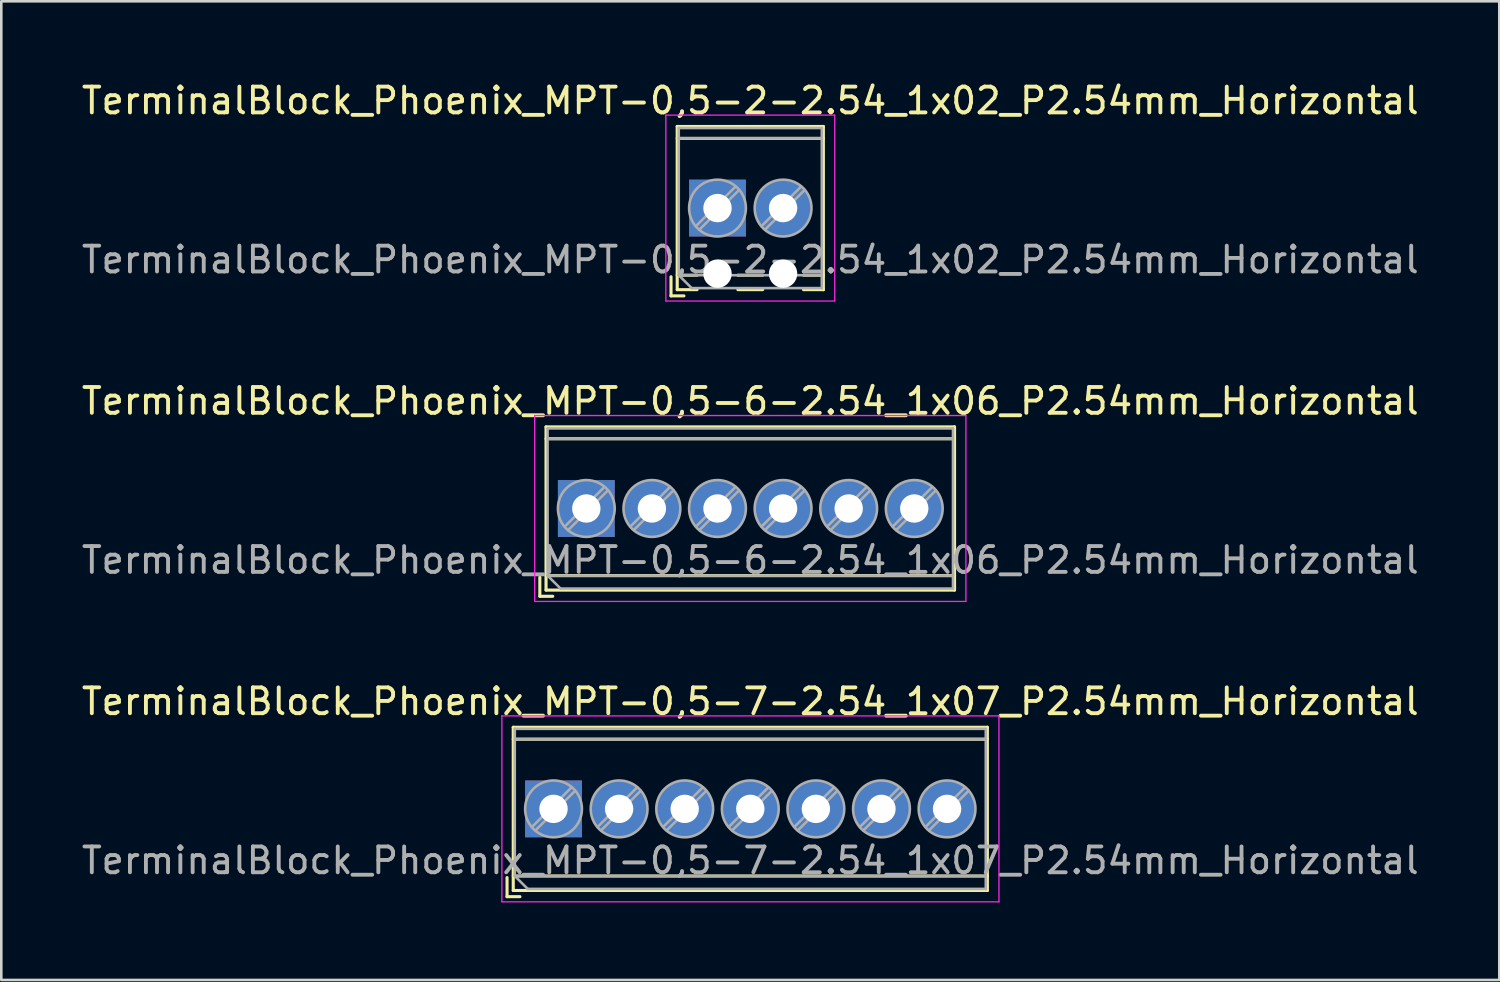
<source format=kicad_pcb>
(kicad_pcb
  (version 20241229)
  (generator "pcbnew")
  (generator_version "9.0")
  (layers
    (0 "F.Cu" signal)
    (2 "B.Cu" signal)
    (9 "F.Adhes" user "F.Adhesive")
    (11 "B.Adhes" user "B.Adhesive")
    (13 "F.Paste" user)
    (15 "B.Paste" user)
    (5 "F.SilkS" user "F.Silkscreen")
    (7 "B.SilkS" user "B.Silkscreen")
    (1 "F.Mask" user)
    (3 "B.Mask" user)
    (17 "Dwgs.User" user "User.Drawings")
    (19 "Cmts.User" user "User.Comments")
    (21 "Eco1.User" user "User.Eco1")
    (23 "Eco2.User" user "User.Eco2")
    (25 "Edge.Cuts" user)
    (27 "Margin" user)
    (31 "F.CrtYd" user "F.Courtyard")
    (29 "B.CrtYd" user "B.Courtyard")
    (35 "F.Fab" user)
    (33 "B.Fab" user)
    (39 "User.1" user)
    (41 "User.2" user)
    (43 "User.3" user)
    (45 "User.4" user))
  (footprint "TerminalBlock_Phoenix_MPT-0,5-7-2.54_1x07_P2.54mm_Horizontal"
    (layer "F.Cu")
    (at 18.386 28.275)
    (property "Reference" "TerminalBlock_Phoenix_MPT-0,5-7-2.54_1x07_P2.54mm_Horizontal" (at 7.62 -4.16 0) (layer "F.SilkS") (effects (font (size 1 1) (thickness 0.15))))
    (attr through_hole)
    (fp_line (start -1.8 2.66) (end -1.8 3.4) (stroke (width 0.12) (type solid)) (layer "F.SilkS"))
    (fp_line (start -1.8 3.4) (end -1.3 3.4) (stroke (width 0.12) (type solid)) (layer "F.SilkS"))
    (fp_line (start -1.56 -3.16) (end -1.56 3.16) (stroke (width 0.12) (type solid)) (layer "F.SilkS"))
    (fp_line (start -1.56 -3.16) (end 16.801 -3.16) (stroke (width 0.12) (type solid)) (layer "F.SilkS"))
    (fp_line (start -1.56 -2.7) (end 16.801 -2.7) (stroke (width 0.12) (type solid)) (layer "F.SilkS"))
    (fp_line (start -1.56 2.6) (end 16.801 2.6) (stroke (width 0.12) (type solid)) (layer "F.SilkS"))
    (fp_line (start -1.56 3.16) (end 16.801 3.16) (stroke (width 0.12) (type solid)) (layer "F.SilkS"))
    (fp_line (start 16.801 -3.16) (end 16.801 3.16) (stroke (width 0.12) (type solid)) (layer "F.SilkS"))
    (fp_line (start -2 -3.6) (end -2 3.6) (stroke (width 0.05) (type solid)) (layer "F.CrtYd"))
    (fp_line (start -2 3.6) (end 17.25 3.6) (stroke (width 0.05) (type solid)) (layer "F.CrtYd"))
    (fp_line (start 17.25 -3.6) (end -2 -3.6) (stroke (width 0.05) (type solid)) (layer "F.CrtYd"))
    (fp_line (start 17.25 3.6) (end 17.25 -3.6) (stroke (width 0.05) (type solid)) (layer "F.CrtYd"))
    (fp_line (start -1.5 -3.1) (end 16.74 -3.1) (stroke (width 0.1) (type solid)) (layer "F.Fab"))
    (fp_line (start -1.5 -2.7) (end 16.74 -2.7) (stroke (width 0.1) (type solid)) (layer "F.Fab"))
    (fp_line (start -1.5 2.6) (end -1.5 -3.1) (stroke (width 0.1) (type solid)) (layer "F.Fab"))
    (fp_line (start -1.5 2.6) (end 16.74 2.6) (stroke (width 0.1) (type solid)) (layer "F.Fab"))
    (fp_line (start -1 3.1) (end -1.5 2.6) (stroke (width 0.1) (type solid)) (layer "F.Fab"))
    (fp_line (start 0.701 -0.835) (end -0.835 0.7) (stroke (width 0.1) (type solid)) (layer "F.Fab"))
    (fp_line (start 0.835 -0.7) (end -0.701 0.835) (stroke (width 0.1) (type solid)) (layer "F.Fab"))
    (fp_line (start 3.241 -0.835) (end 1.706 0.7) (stroke (width 0.1) (type solid)) (layer "F.Fab"))
    (fp_line (start 3.375 -0.7) (end 1.84 0.835) (stroke (width 0.1) (type solid)) (layer "F.Fab"))
    (fp_line (start 5.781 -0.835) (end 4.246 0.7) (stroke (width 0.1) (type solid)) (layer "F.Fab"))
    (fp_line (start 5.915 -0.7) (end 4.38 0.835) (stroke (width 0.1) (type solid)) (layer "F.Fab"))
    (fp_line (start 8.321 -0.835) (end 6.786 0.7) (stroke (width 0.1) (type solid)) (layer "F.Fab"))
    (fp_line (start 8.455 -0.7) (end 6.92 0.835) (stroke (width 0.1) (type solid)) (layer "F.Fab"))
    (fp_line (start 10.861 -0.835) (end 9.326 0.7) (stroke (width 0.1) (type solid)) (layer "F.Fab"))
    (fp_line (start 10.995 -0.7) (end 9.46 0.835) (stroke (width 0.1) (type solid)) (layer "F.Fab"))
    (fp_line (start 13.401 -0.835) (end 11.866 0.7) (stroke (width 0.1) (type solid)) (layer "F.Fab"))
    (fp_line (start 13.535 -0.7) (end 12 0.835) (stroke (width 0.1) (type solid)) (layer "F.Fab"))
    (fp_line (start 15.941 -0.835) (end 14.406 0.7) (stroke (width 0.1) (type solid)) (layer "F.Fab"))
    (fp_line (start 16.075 -0.7) (end 14.54 0.835) (stroke (width 0.1) (type solid)) (layer "F.Fab"))
    (fp_line (start 16.74 -3.1) (end 16.74 3.1) (stroke (width 0.1) (type solid)) (layer "F.Fab"))
    (fp_line (start 16.74 3.1) (end -1 3.1) (stroke (width 0.1) (type solid)) (layer "F.Fab"))
    (fp_circle (center 0 0) (end 1.1 0) (stroke (width 0.1) (type solid)) (fill no) (layer "F.Fab"))
    (fp_circle (center 2.54 0) (end 3.64 0) (stroke (width 0.1) (type solid)) (fill no) (layer "F.Fab"))
    (fp_circle (center 5.08 0) (end 6.18 0) (stroke (width 0.1) (type solid)) (fill no) (layer "F.Fab"))
    (fp_circle (center 7.62 0) (end 8.72 0) (stroke (width 0.1) (type solid)) (fill no) (layer "F.Fab"))
    (fp_circle (center 10.16 0) (end 11.26 0) (stroke (width 0.1) (type solid)) (fill no) (layer "F.Fab"))
    (fp_circle (center 12.7 0) (end 13.8 0) (stroke (width 0.1) (type solid)) (fill no) (layer "F.Fab"))
    (fp_circle (center 15.24 0) (end 16.34 0) (stroke (width 0.1) (type solid)) (fill no) (layer "F.Fab"))
    (fp_text user "${REFERENCE}" (at 7.62 2 0) (layer "F.Fab") (effects (font (size 1 1) (thickness 0.15))))
    (pad "1" thru_hole rect (at 0 0) (size 2.2 2.2) (drill 1.1) (layers "*.Cu" "*.Mask"))
    (pad "2" thru_hole circle (at 2.54 0) (size 2.2 2.2) (drill 1.1) (layers "*.Cu" "*.Mask"))
    (pad "3" thru_hole circle (at 5.08 0) (size 2.2 2.2) (drill 1.1) (layers "*.Cu" "*.Mask"))
    (pad "4" thru_hole circle (at 7.62 0) (size 2.2 2.2) (drill 1.1) (layers "*.Cu" "*.Mask"))
    (pad "5" thru_hole circle (at 10.16 0) (size 2.2 2.2) (drill 1.1) (layers "*.Cu" "*.Mask"))
    (pad "6" thru_hole circle (at 12.7 0) (size 2.2 2.2) (drill 1.1) (layers "*.Cu" "*.Mask"))
    (pad "7" thru_hole circle (at 15.24 0) (size 2.2 2.2) (drill 1.1) (layers "*.Cu" "*.Mask")))
  (footprint "TerminalBlock_Phoenix_MPT-0,5-2-2.54_1x02_P2.54mm_Horizontal"
    (layer "F.Cu")
    (at 24.736 5.008)
    (property "Reference" "TerminalBlock_Phoenix_MPT-0,5-2-2.54_1x02_P2.54mm_Horizontal" (at 1.27 -4.16 0) (layer "F.SilkS") (effects (font (size 1 1) (thickness 0.15))))
    (attr through_hole)
    (fp_line (start -1.8 2.66) (end -1.8 3.4) (stroke (width 0.12) (type solid)) (layer "F.SilkS"))
    (fp_line (start -1.8 3.4) (end -1.3 3.4) (stroke (width 0.12) (type solid)) (layer "F.SilkS"))
    (fp_line (start -1.56 -3.16) (end -1.56 3.16) (stroke (width 0.12) (type solid)) (layer "F.SilkS"))
    (fp_line (start -1.56 -3.16) (end 4.1 -3.16) (stroke (width 0.12) (type solid)) (layer "F.SilkS"))
    (fp_line (start -1.56 -2.7) (end 4.1 -2.7) (stroke (width 0.12) (type solid)) (layer "F.SilkS"))
    (fp_line (start -1.56 2.6) (end -0.79 2.6) (stroke (width 0.12) (type solid)) (layer "F.SilkS"))
    (fp_line (start -1.56 3.16) (end -0.79 3.16) (stroke (width 0.12) (type solid)) (layer "F.SilkS"))
    (fp_line (start 0.79 2.6) (end 1.75 2.6) (stroke (width 0.12) (type solid)) (layer "F.SilkS"))
    (fp_line (start 0.79 3.16) (end 1.75 3.16) (stroke (width 0.12) (type solid)) (layer "F.SilkS"))
    (fp_line (start 3.33 2.6) (end 4.1 2.6) (stroke (width 0.12) (type solid)) (layer "F.SilkS"))
    (fp_line (start 3.33 3.16) (end 4.1 3.16) (stroke (width 0.12) (type solid)) (layer "F.SilkS"))
    (fp_line (start 4.1 -3.16) (end 4.1 3.16) (stroke (width 0.12) (type solid)) (layer "F.SilkS"))
    (fp_line (start -2 -3.6) (end -2 3.6) (stroke (width 0.05) (type solid)) (layer "F.CrtYd"))
    (fp_line (start -2 3.6) (end 4.54 3.6) (stroke (width 0.05) (type solid)) (layer "F.CrtYd"))
    (fp_line (start 4.54 -3.6) (end -2 -3.6) (stroke (width 0.05) (type solid)) (layer "F.CrtYd"))
    (fp_line (start 4.54 3.6) (end 4.54 -3.6) (stroke (width 0.05) (type solid)) (layer "F.CrtYd"))
    (fp_line (start -1.5 -3.1) (end 4.04 -3.1) (stroke (width 0.1) (type solid)) (layer "F.Fab"))
    (fp_line (start -1.5 -2.7) (end 4.04 -2.7) (stroke (width 0.1) (type solid)) (layer "F.Fab"))
    (fp_line (start -1.5 2.6) (end -1.5 -3.1) (stroke (width 0.1) (type solid)) (layer "F.Fab"))
    (fp_line (start -1.5 2.6) (end 4.04 2.6) (stroke (width 0.1) (type solid)) (layer "F.Fab"))
    (fp_line (start -1 3.1) (end -1.5 2.6) (stroke (width 0.1) (type solid)) (layer "F.Fab"))
    (fp_line (start 0.701 -0.835) (end -0.835 0.7) (stroke (width 0.1) (type solid)) (layer "F.Fab"))
    (fp_line (start 0.835 -0.7) (end -0.701 0.835) (stroke (width 0.1) (type solid)) (layer "F.Fab"))
    (fp_line (start 3.241 -0.835) (end 1.706 0.7) (stroke (width 0.1) (type solid)) (layer "F.Fab"))
    (fp_line (start 3.375 -0.7) (end 1.84 0.835) (stroke (width 0.1) (type solid)) (layer "F.Fab"))
    (fp_line (start 4.04 -3.1) (end 4.04 3.1) (stroke (width 0.1) (type solid)) (layer "F.Fab"))
    (fp_line (start 4.04 3.1) (end -1 3.1) (stroke (width 0.1) (type solid)) (layer "F.Fab"))
    (fp_circle (center 0 0) (end 1.1 0) (stroke (width 0.1) (type solid)) (fill no) (layer "F.Fab"))
    (fp_circle (center 2.54 0) (end 3.64 0) (stroke (width 0.1) (type solid)) (fill no) (layer "F.Fab"))
    (fp_text user "${REFERENCE}" (at 1.27 2 0) (layer "F.Fab") (effects (font (size 1 1) (thickness 0.15))))
    (pad "" np_thru_hole circle (at 0 2.54) (size 1.1 1.1) (drill 1.1) (layers "*.Cu" "*.Mask"))
    (pad "" np_thru_hole circle (at 2.54 2.54) (size 1.1 1.1) (drill 1.1) (layers "*.Cu" "*.Mask"))
    (pad "1" thru_hole rect (at 0 0) (size 2.2 2.2) (drill 1.1) (layers "*.Cu" "*.Mask"))
    (pad "2" thru_hole circle (at 2.54 0) (size 2.2 2.2) (drill 1.1) (layers "*.Cu" "*.Mask")))
  (footprint "TerminalBlock_Phoenix_MPT-0,5-6-2.54_1x06_P2.54mm_Horizontal"
    (layer "F.Cu")
    (at 19.656 16.642)
    (property "Reference" "TerminalBlock_Phoenix_MPT-0,5-6-2.54_1x06_P2.54mm_Horizontal" (at 6.35 -4.16 0) (layer "F.SilkS") (effects (font (size 1 1) (thickness 0.15))))
    (attr through_hole)
    (fp_line (start -1.8 2.66) (end -1.8 3.4) (stroke (width 0.12) (type solid)) (layer "F.SilkS"))
    (fp_line (start -1.8 3.4) (end -1.3 3.4) (stroke (width 0.12) (type solid)) (layer "F.SilkS"))
    (fp_line (start -1.56 -3.16) (end -1.56 3.16) (stroke (width 0.12) (type solid)) (layer "F.SilkS"))
    (fp_line (start -1.56 -3.16) (end 14.26 -3.16) (stroke (width 0.12) (type solid)) (layer "F.SilkS"))
    (fp_line (start -1.56 -2.7) (end 14.26 -2.7) (stroke (width 0.12) (type solid)) (layer "F.SilkS"))
    (fp_line (start -1.56 2.6) (end 14.26 2.6) (stroke (width 0.12) (type solid)) (layer "F.SilkS"))
    (fp_line (start -1.56 3.16) (end 14.26 3.16) (stroke (width 0.12) (type solid)) (layer "F.SilkS"))
    (fp_line (start 14.26 -3.16) (end 14.26 3.16) (stroke (width 0.12) (type solid)) (layer "F.SilkS"))
    (fp_line (start -2 -3.6) (end -2 3.6) (stroke (width 0.05) (type solid)) (layer "F.CrtYd"))
    (fp_line (start -2 3.6) (end 14.7 3.6) (stroke (width 0.05) (type solid)) (layer "F.CrtYd"))
    (fp_line (start 14.7 -3.6) (end -2 -3.6) (stroke (width 0.05) (type solid)) (layer "F.CrtYd"))
    (fp_line (start 14.7 3.6) (end 14.7 -3.6) (stroke (width 0.05) (type solid)) (layer "F.CrtYd"))
    (fp_line (start -1.5 -3.1) (end 14.2 -3.1) (stroke (width 0.1) (type solid)) (layer "F.Fab"))
    (fp_line (start -1.5 -2.7) (end 14.2 -2.7) (stroke (width 0.1) (type solid)) (layer "F.Fab"))
    (fp_line (start -1.5 2.6) (end -1.5 -3.1) (stroke (width 0.1) (type solid)) (layer "F.Fab"))
    (fp_line (start -1.5 2.6) (end 14.2 2.6) (stroke (width 0.1) (type solid)) (layer "F.Fab"))
    (fp_line (start -1 3.1) (end -1.5 2.6) (stroke (width 0.1) (type solid)) (layer "F.Fab"))
    (fp_line (start 0.701 -0.835) (end -0.835 0.7) (stroke (width 0.1) (type solid)) (layer "F.Fab"))
    (fp_line (start 0.835 -0.7) (end -0.701 0.835) (stroke (width 0.1) (type solid)) (layer "F.Fab"))
    (fp_line (start 3.241 -0.835) (end 1.706 0.7) (stroke (width 0.1) (type solid)) (layer "F.Fab"))
    (fp_line (start 3.375 -0.7) (end 1.84 0.835) (stroke (width 0.1) (type solid)) (layer "F.Fab"))
    (fp_line (start 5.781 -0.835) (end 4.246 0.7) (stroke (width 0.1) (type solid)) (layer "F.Fab"))
    (fp_line (start 5.915 -0.7) (end 4.38 0.835) (stroke (width 0.1) (type solid)) (layer "F.Fab"))
    (fp_line (start 8.321 -0.835) (end 6.786 0.7) (stroke (width 0.1) (type solid)) (layer "F.Fab"))
    (fp_line (start 8.455 -0.7) (end 6.92 0.835) (stroke (width 0.1) (type solid)) (layer "F.Fab"))
    (fp_line (start 10.861 -0.835) (end 9.326 0.7) (stroke (width 0.1) (type solid)) (layer "F.Fab"))
    (fp_line (start 10.995 -0.7) (end 9.46 0.835) (stroke (width 0.1) (type solid)) (layer "F.Fab"))
    (fp_line (start 13.401 -0.835) (end 11.866 0.7) (stroke (width 0.1) (type solid)) (layer "F.Fab"))
    (fp_line (start 13.535 -0.7) (end 12 0.835) (stroke (width 0.1) (type solid)) (layer "F.Fab"))
    (fp_line (start 14.2 -3.1) (end 14.2 3.1) (stroke (width 0.1) (type solid)) (layer "F.Fab"))
    (fp_line (start 14.2 3.1) (end -1 3.1) (stroke (width 0.1) (type solid)) (layer "F.Fab"))
    (fp_circle (center 0 0) (end 1.1 0) (stroke (width 0.1) (type solid)) (fill no) (layer "F.Fab"))
    (fp_circle (center 2.54 0) (end 3.64 0) (stroke (width 0.1) (type solid)) (fill no) (layer "F.Fab"))
    (fp_circle (center 5.08 0) (end 6.18 0) (stroke (width 0.1) (type solid)) (fill no) (layer "F.Fab"))
    (fp_circle (center 7.62 0) (end 8.72 0) (stroke (width 0.1) (type solid)) (fill no) (layer "F.Fab"))
    (fp_circle (center 10.16 0) (end 11.26 0) (stroke (width 0.1) (type solid)) (fill no) (layer "F.Fab"))
    (fp_circle (center 12.7 0) (end 13.8 0) (stroke (width 0.1) (type solid)) (fill no) (layer "F.Fab"))
    (fp_text user "${REFERENCE}" (at 6.35 2 0) (layer "F.Fab") (effects (font (size 1 1) (thickness 0.15))))
    (pad "1" thru_hole rect (at 0 0) (size 2.2 2.2) (drill 1.1) (layers "*.Cu" "*.Mask"))
    (pad "2" thru_hole circle (at 2.54 0) (size 2.2 2.2) (drill 1.1) (layers "*.Cu" "*.Mask"))
    (pad "3" thru_hole circle (at 5.08 0) (size 2.2 2.2) (drill 1.1) (layers "*.Cu" "*.Mask"))
    (pad "4" thru_hole circle (at 7.62 0) (size 2.2 2.2) (drill 1.1) (layers "*.Cu" "*.Mask"))
    (pad "5" thru_hole circle (at 10.16 0) (size 2.2 2.2) (drill 1.1) (layers "*.Cu" "*.Mask"))
    (pad "6" thru_hole circle (at 12.7 0) (size 2.2 2.2) (drill 1.1) (layers "*.Cu" "*.Mask")))
  (gr_rect
    (start -3 -3)
    (end 55.012 34.9)
    (stroke (width 0.1) (type default))
    (fill no)
    (layer "Edge.Cuts")))
</source>
